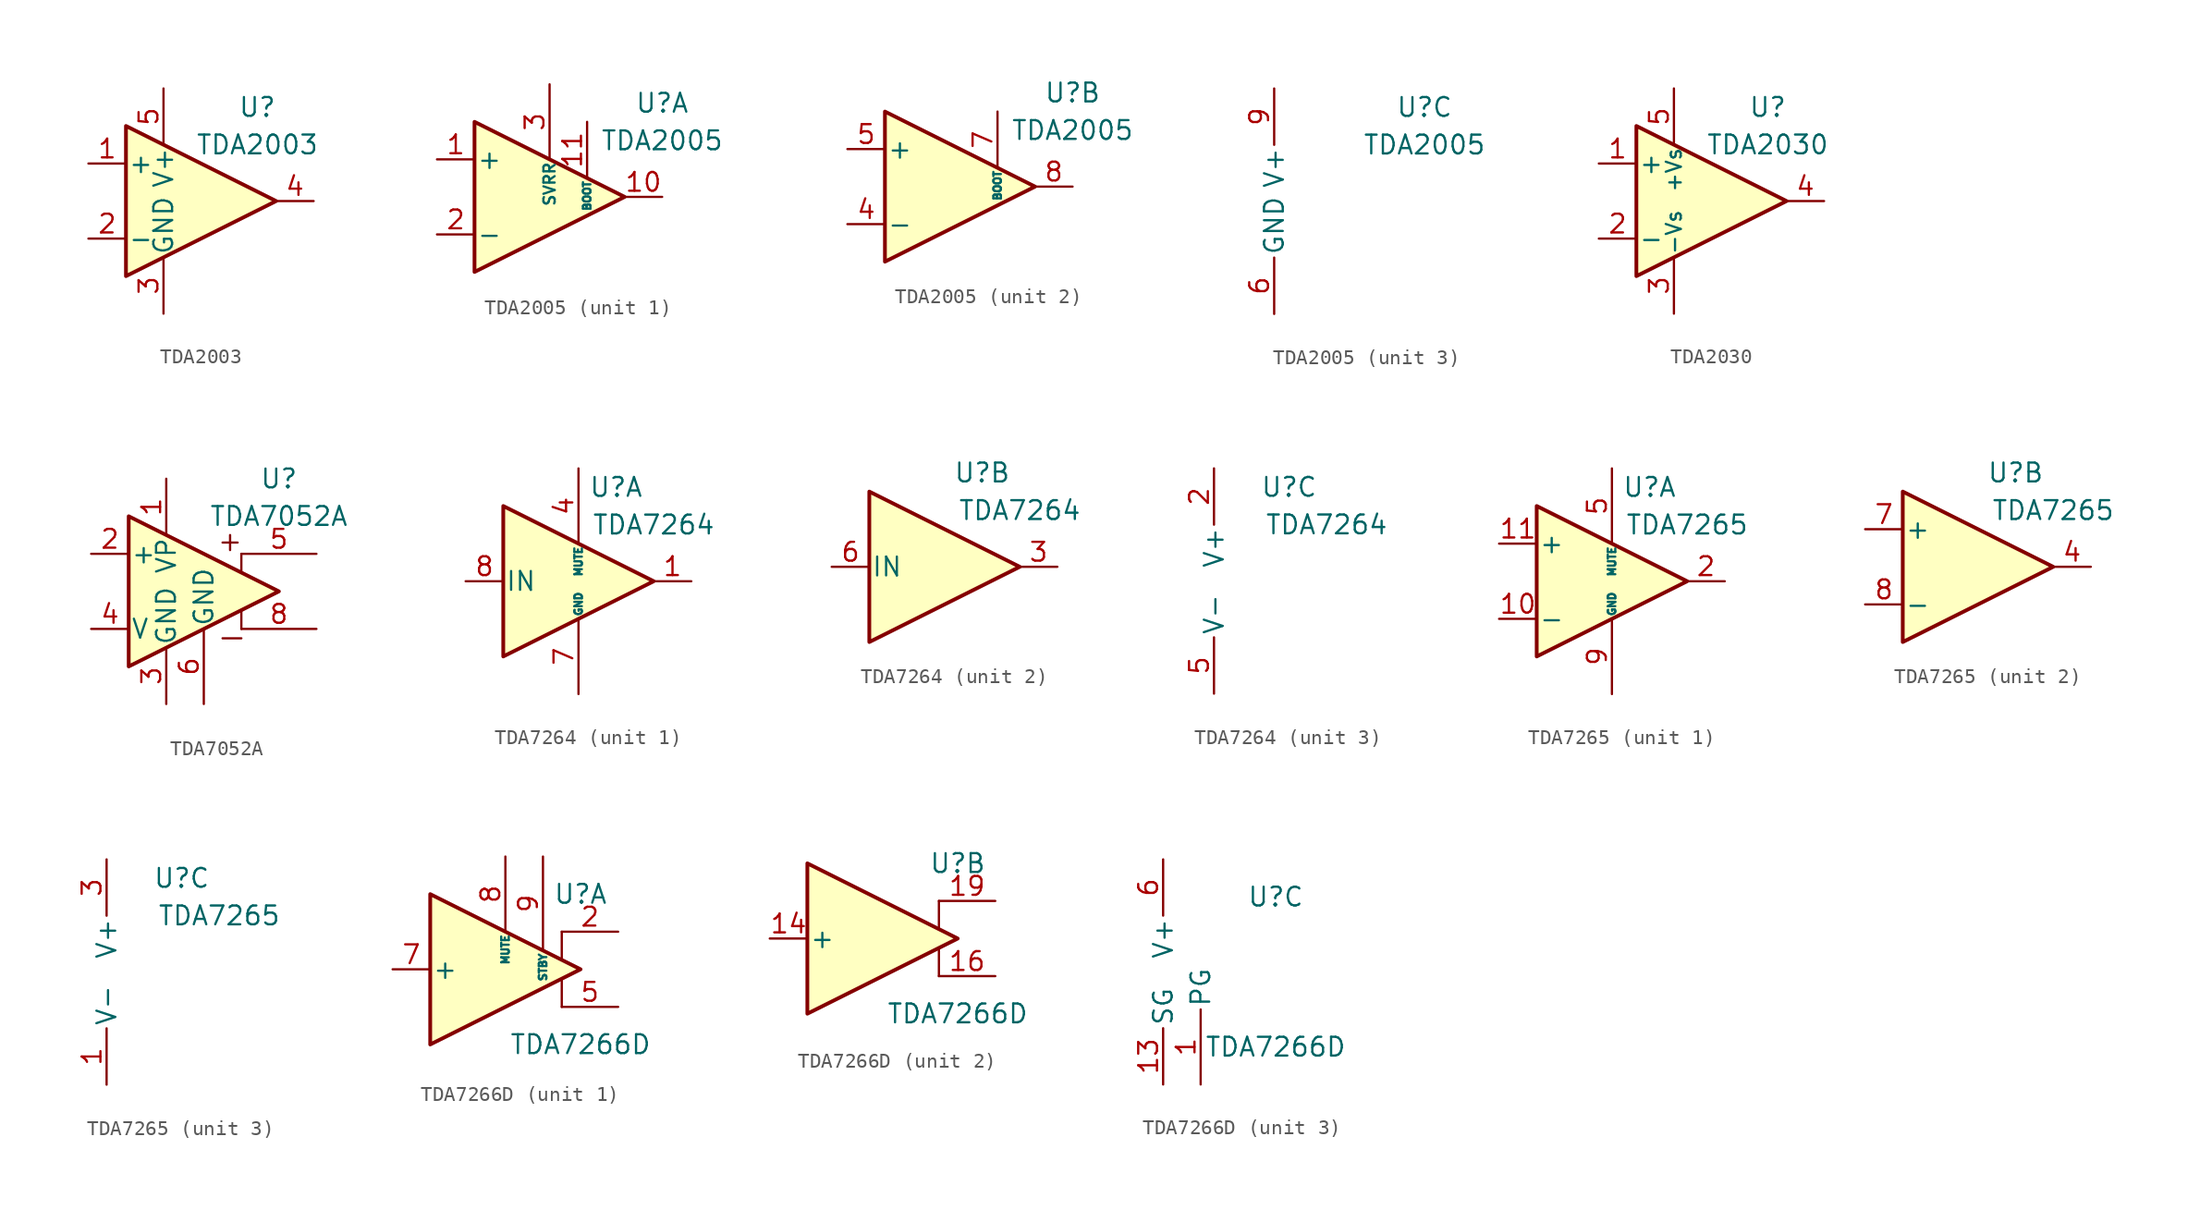
<source format=kicad_sym>
(kicad_symbol_lib
  (version 20241209)
  (generator "kicad_symbol_editor")
  (generator_version "9.0")
  (symbol "TDA2003"
    (pin_names
      (offset 0.127))
    (property "Reference" "U"
      (at 3.81 6.35 0)
      (effects (font (size 1.27 1.27))))
    (property "Value" "TDA2003"
      (at 3.81 3.81 0)
      (effects (font (size 1.27 1.27))))
    (symbol "TDA2003_0_1"
      (polyline (pts (xy -5.08 5.08) (xy 5.08 0) (xy -5.08 -5.08) (xy -5.08 5.08)) (stroke (width 0.254) (type solid)) (fill (type background))))
    (symbol "TDA2003_1_1"
      (pin input line (at -7.62 2.54 0) (length 2.54) (name "+" (effects (font (size 1.27 1.27)))) (number "1" (effects (font (size 1.27 1.27)))))
      (pin input line (at -7.62 -2.54 0) (length 2.54) (name "-" (effects (font (size 1.27 1.27)))) (number "2" (effects (font (size 1.27 1.27)))))
      (pin power_in line (at -2.54 7.62 270) (length 3.81) (name "V+" (effects (font (size 1.27 1.27)))) (number "5" (effects (font (size 1.27 1.27)))))
      (pin power_in line (at -2.54 -7.62 90) (length 3.81) (name "GND" (effects (font (size 1.27 1.27)))) (number "3" (effects (font (size 1.27 1.27)))))
      (pin output line (at 7.62 0 180) (length 2.54) (name "~" (effects (font (size 1.27 1.27)))) (number "4" (effects (font (size 1.27 1.27)))))))
  (symbol "TDA2005"
    (pin_names
      (offset 0.127))
    (property "Reference" "U"
      (at 7.62 6.35 0)
      (effects (font (size 1.27 1.27))))
    (property "Value" "TDA2005"
      (at 7.62 3.81 0)
      (effects (font (size 1.27 1.27))))
    (property "ki_locked" ""
      (at 0 0 0)
      (effects (font (size 1.27 1.27))))
    (symbol "TDA2005_1_1"
      (polyline (pts (xy -5.08 5.08) (xy 5.08 0) (xy -5.08 -5.08) (xy -5.08 5.08)) (stroke (width 0.254) (type solid)) (fill (type background)))
      (pin input line (at -7.62 2.54 0) (length 2.54) (name "+" (effects (font (size 1.27 1.27)))) (number "1" (effects (font (size 1.27 1.27)))))
      (pin input line (at -7.62 -2.54 0) (length 2.54) (name "-" (effects (font (size 1.27 1.27)))) (number "2" (effects (font (size 1.27 1.27)))))
      (pin passive line (at 0 7.62 270) (length 5.08) (name "SVRR" (effects (font (size 0.762 0.762)))) (number "3" (effects (font (size 1.27 1.27)))))
      (pin passive line (at 2.54 5.08 270) (length 3.81) (name "BOOT" (effects (font (size 0.508 0.508)))) (number "11" (effects (font (size 1.27 1.27)))))
      (pin output line (at 7.62 0 180) (length 2.54) (name "~" (effects (font (size 1.27 1.27)))) (number "10" (effects (font (size 1.27 1.27))))))
    (symbol "TDA2005_2_1"
      (polyline (pts (xy -5.08 5.08) (xy 5.08 0) (xy -5.08 -5.08) (xy -5.08 5.08)) (stroke (width 0.254) (type solid)) (fill (type background)))
      (pin input line (at -7.62 2.54 0) (length 2.54) (name "+" (effects (font (size 1.27 1.27)))) (number "5" (effects (font (size 1.27 1.27)))))
      (pin input line (at -7.62 -2.54 0) (length 2.54) (name "-" (effects (font (size 1.27 1.27)))) (number "4" (effects (font (size 1.27 1.27)))))
      (pin passive line (at 2.54 5.08 270) (length 3.81) (name "BOOT" (effects (font (size 0.508 0.508)))) (number "7" (effects (font (size 1.27 1.27)))))
      (pin output line (at 7.62 0 180) (length 2.54) (name "~" (effects (font (size 1.27 1.27)))) (number "8" (effects (font (size 1.27 1.27))))))
    (symbol "TDA2005_3_1"
      (pin power_in line (at -2.54 7.62 270) (length 3.81) (name "V+" (effects (font (size 1.27 1.27)))) (number "9" (effects (font (size 1.27 1.27)))))
      (pin power_in line (at -2.54 -7.62 90) (length 3.81) (name "GND" (effects (font (size 1.27 1.27)))) (number "6" (effects (font (size 1.27 1.27)))))))
  (symbol "TDA2030"
    (pin_names
      (offset 0.127))
    (property "Reference" "U"
      (at 3.81 6.35 0)
      (effects (font (size 1.27 1.27))))
    (property "Value" "TDA2030"
      (at 3.81 3.81 0)
      (effects (font (size 1.27 1.27))))
    (symbol "TDA2030_0_1"
      (polyline (pts (xy -5.08 5.08) (xy 5.08 0) (xy -5.08 -5.08) (xy -5.08 5.08)) (stroke (width 0.254) (type solid)) (fill (type background))))
    (symbol "TDA2030_1_1"
      (pin input line (at -7.62 2.54 0) (length 2.54) (name "+" (effects (font (size 1.27 1.27)))) (number "1" (effects (font (size 1.27 1.27)))))
      (pin input line (at -7.62 -2.54 0) (length 2.54) (name "-" (effects (font (size 1.27 1.27)))) (number "2" (effects (font (size 1.27 1.27)))))
      (pin power_in line (at -2.54 7.62 270) (length 3.81) (name "+Vs" (effects (font (size 1.016 1.016)))) (number "5" (effects (font (size 1.27 1.27)))))
      (pin power_in line (at -2.54 -7.62 90) (length 3.81) (name "-Vs" (effects (font (size 1.016 1.016)))) (number "3" (effects (font (size 1.27 1.27)))))
      (pin output line (at 7.62 0 180) (length 2.54) (name "~" (effects (font (size 1.27 1.27)))) (number "4" (effects (font (size 1.27 1.27)))))))
  (symbol "TDA7052A"
    (pin_names
      (offset 0.127))
    (property "Reference" "U"
      (at 5.08 7.62 0)
      (effects (font (size 1.27 1.27))))
    (property "Value" "TDA7052A"
      (at 5.08 5.08 0)
      (effects (font (size 1.27 1.27))))
    (symbol "TDA7052A_0_1"
      (polyline (pts (xy 1.27 -3.175) (xy 2.54 -3.175)) (stroke (width 0) (type solid)) (fill (type none)))
      (polyline (pts (xy 2.54 2.54) (xy 2.54 1.27)) (stroke (width 0) (type solid)) (fill (type none)))
      (polyline (pts (xy 2.54 -1.27) (xy 2.54 -2.54)) (stroke (width 0) (type solid)) (fill (type none)))
      (polyline (pts (xy 5.08 0) (xy -5.08 5.08) (xy -5.08 -5.08) (xy 5.08 0)) (stroke (width 0.254) (type solid)) (fill (type background))))
    (symbol "TDA7052A_1_1"
      (polyline (pts (xy 1.778 3.81) (xy 1.778 2.794)) (stroke (width 0) (type solid)) (fill (type none)))
      (polyline (pts (xy 2.286 3.302) (xy 1.27 3.302)) (stroke (width 0) (type solid)) (fill (type none)))
      (pin input line (at -7.62 2.54 0) (length 2.54) (name "+" (effects (font (size 1.27 1.27)))) (number "2" (effects (font (size 1.27 1.27)))))
      (pin input line (at -7.62 -2.54 0) (length 2.54) (name "V" (effects (font (size 1.27 1.27)))) (number "4" (effects (font (size 1.27 1.27)))))
      (pin power_in line (at -2.54 7.62 270) (length 3.81) (name "VP" (effects (font (size 1.27 1.27)))) (number "1" (effects (font (size 1.27 1.27)))))
      (pin power_in line (at -2.54 -7.62 90) (length 3.81) (name "GND" (effects (font (size 1.27 1.27)))) (number "3" (effects (font (size 1.27 1.27)))))
      (pin no_connect line (at 0 2.54 270) (length 2.54) (hide yes) (name "NC" (effects (font (size 1.27 1.27)))) (number "7" (effects (font (size 1.27 1.27)))))
      (pin power_in line (at 0 -7.62 90) (length 5.08) (name "GND" (effects (font (size 1.27 1.27)))) (number "6" (effects (font (size 1.27 1.27)))))
      (pin output line (at 7.62 2.54 180) (length 5.08) (name "~" (effects (font (size 1.27 1.27)))) (number "5" (effects (font (size 1.27 1.27)))))
      (pin output line (at 7.62 -2.54 180) (length 5.08) (name "~" (effects (font (size 1.27 1.27)))) (number "8" (effects (font (size 1.27 1.27)))))))
  (symbol "TDA7264"
    (pin_names
      (offset 0.127))
    (property "Reference" "U"
      (at 2.54 6.35 0)
      (effects (font (size 1.27 1.27))))
    (property "Value" "TDA7264"
      (at 5.08 3.81 0)
      (effects (font (size 1.27 1.27))))
    (property "ki_locked" ""
      (at 0 0 0)
      (effects (font (size 1.27 1.27))))
    (symbol "TDA7264_1_1"
      (polyline (pts (xy 5.08 0) (xy -5.08 5.08) (xy -5.08 -5.08) (xy 5.08 0)) (stroke (width 0.254) (type solid)) (fill (type background)))
      (pin input line (at -7.62 0 0) (length 2.54) (name "IN" (effects (font (size 1.27 1.27)))) (number "8" (effects (font (size 1.27 1.27)))))
      (pin input line (at 0 7.62 270) (length 5.08) (name "MUTE" (effects (font (size 0.508 0.508)))) (number "4" (effects (font (size 1.27 1.27)))))
      (pin power_in line (at 0 -7.62 90) (length 5.08) (name "GND" (effects (font (size 0.508 0.508)))) (number "7" (effects (font (size 1.27 1.27)))))
      (pin output line (at 7.62 0 180) (length 2.54) (name "~" (effects (font (size 1.27 1.27)))) (number "1" (effects (font (size 1.27 1.27))))))
    (symbol "TDA7264_2_1"
      (polyline (pts (xy 5.08 0) (xy -5.08 5.08) (xy -5.08 -5.08) (xy 5.08 0)) (stroke (width 0.254) (type solid)) (fill (type background)))
      (pin input line (at -7.62 0 0) (length 2.54) (name "IN" (effects (font (size 1.27 1.27)))) (number "6" (effects (font (size 1.27 1.27)))))
      (pin output line (at 7.62 0 180) (length 2.54) (name "~" (effects (font (size 1.27 1.27)))) (number "3" (effects (font (size 1.27 1.27))))))
    (symbol "TDA7264_3_1"
      (pin power_in line (at -2.54 7.62 270) (length 3.81) (name "V+" (effects (font (size 1.27 1.27)))) (number "2" (effects (font (size 1.27 1.27)))))
      (pin power_in line (at -2.54 -7.62 90) (length 3.81) (name "V-" (effects (font (size 1.27 1.27)))) (number "5" (effects (font (size 1.27 1.27)))))))
  (symbol "TDA7265"
    (pin_names
      (offset 0.127))
    (property "Reference" "U"
      (at 2.54 6.35 0)
      (effects (font (size 1.27 1.27))))
    (property "Value" "TDA7265"
      (at 5.08 3.81 0)
      (effects (font (size 1.27 1.27))))
    (property "ki_locked" ""
      (at 0 0 0)
      (effects (font (size 1.27 1.27))))
    (symbol "TDA7265_1_1"
      (polyline (pts (xy 5.08 0) (xy -5.08 5.08) (xy -5.08 -5.08) (xy 5.08 0)) (stroke (width 0.254) (type solid)) (fill (type background)))
      (pin input line (at -7.62 2.54 0) (length 2.54) (name "+" (effects (font (size 1.27 1.27)))) (number "11" (effects (font (size 1.27 1.27)))))
      (pin input line (at -7.62 -2.54 0) (length 2.54) (name "-" (effects (font (size 1.27 1.27)))) (number "10" (effects (font (size 1.27 1.27)))))
      (pin input line (at 0 7.62 270) (length 5.08) (name "MUTE" (effects (font (size 0.508 0.508)))) (number "5" (effects (font (size 1.27 1.27)))))
      (pin power_in line (at 0 -7.62 90) (length 5.08) (name "GND" (effects (font (size 0.508 0.508)))) (number "9" (effects (font (size 1.27 1.27)))))
      (pin output line (at 7.62 0 180) (length 2.54) (name "~" (effects (font (size 1.27 1.27)))) (number "2" (effects (font (size 1.27 1.27))))))
    (symbol "TDA7265_2_1"
      (polyline (pts (xy 5.08 0) (xy -5.08 5.08) (xy -5.08 -5.08) (xy 5.08 0)) (stroke (width 0.254) (type solid)) (fill (type background)))
      (pin input line (at -7.62 2.54 0) (length 2.54) (name "+" (effects (font (size 1.27 1.27)))) (number "7" (effects (font (size 1.27 1.27)))))
      (pin input line (at -7.62 -2.54 0) (length 2.54) (name "-" (effects (font (size 1.27 1.27)))) (number "8" (effects (font (size 1.27 1.27)))))
      (pin output line (at 7.62 0 180) (length 2.54) (name "~" (effects (font (size 1.27 1.27)))) (number "4" (effects (font (size 1.27 1.27))))))
    (symbol "TDA7265_3_1"
      (pin power_in line (at -2.54 7.62 270) (length 3.81) (name "V+" (effects (font (size 1.27 1.27)))) (number "3" (effects (font (size 1.27 1.27)))))
      (pin power_in line (at -2.54 -7.62 90) (length 3.81) (name "V-" (effects (font (size 1.27 1.27)))) (number "1" (effects (font (size 1.27 1.27)))))
      (pin passive line (at -2.54 -7.62 90) (length 3.81) (hide yes) (name "V-" (effects (font (size 1.27 1.27)))) (number "6" (effects (font (size 1.27 1.27)))))))
  (symbol "TDA7266D"
    (pin_names
      (offset 0.127))
    (property "Reference" "U"
      (at 5.08 5.08 0)
      (effects (font (size 1.27 1.27))))
    (property "Value" "TDA7266D"
      (at 5.08 -5.08 0)
      (effects (font (size 1.27 1.27))))
    (property "ki_locked" ""
      (at 0 0 0)
      (effects (font (size 1.27 1.27))))
    (symbol "TDA7266D_1_1"
      (polyline (pts (xy 3.81 2.54) (xy 3.81 0.635)) (stroke (width 0) (type solid)) (fill (type none)))
      (polyline (pts (xy 3.81 -0.635) (xy 3.81 -2.54)) (stroke (width 0) (type solid)) (fill (type none)))
      (polyline (pts (xy 5.08 0) (xy -5.08 5.08) (xy -5.08 -5.08) (xy 5.08 0)) (stroke (width 0.254) (type solid)) (fill (type background)))
      (pin input line (at -7.62 0 0) (length 2.54) (name "+" (effects (font (size 1.27 1.27)))) (number "7" (effects (font (size 1.27 1.27)))))
      (pin no_connect line (at -2.54 2.54 270) (length 2.54) (hide yes) (name "NC" (effects (font (size 1.27 1.27)))) (number "3" (effects (font (size 1.27 1.27)))))
      (pin no_connect line (at -2.54 -2.54 90) (length 2.54) (hide yes) (name "NC" (effects (font (size 1.27 1.27)))) (number "17" (effects (font (size 1.27 1.27)))))
      (pin input line (at 0 7.62 270) (length 5.08) (name "MUTE" (effects (font (size 0.508 0.508)))) (number "8" (effects (font (size 1.27 1.27)))))
      (pin no_connect line (at 0 2.54 270) (length 2.54) (hide yes) (name "NC" (effects (font (size 1.27 1.27)))) (number "4" (effects (font (size 1.27 1.27)))))
      (pin no_connect line (at 0 -2.54 90) (length 2.54) (hide yes) (name "NC" (effects (font (size 1.27 1.27)))) (number "18" (effects (font (size 1.27 1.27)))))
      (pin input line (at 2.54 7.62 270) (length 6.35) (name "STBY" (effects (font (size 0.508 0.508)))) (number "9" (effects (font (size 1.27 1.27)))))
      (pin no_connect line (at 2.54 2.54 270) (length 2.54) (hide yes) (name "NC" (effects (font (size 1.27 1.27)))) (number "12" (effects (font (size 1.27 1.27)))))
      (pin output line (at 7.62 2.54 180) (length 3.81) (name "~" (effects (font (size 1.27 1.27)))) (number "2" (effects (font (size 1.27 1.27)))))
      (pin output line (at 7.62 -2.54 180) (length 3.81) (name "~" (effects (font (size 1.27 1.27)))) (number "5" (effects (font (size 1.27 1.27))))))
    (symbol "TDA7266D_2_1"
      (polyline (pts (xy 3.81 2.54) (xy 3.81 0.635)) (stroke (width 0) (type solid)) (fill (type none)))
      (polyline (pts (xy 3.81 -0.635) (xy 3.81 -2.54)) (stroke (width 0) (type solid)) (fill (type none)))
      (polyline (pts (xy 5.08 0) (xy -5.08 5.08) (xy -5.08 -5.08) (xy 5.08 0)) (stroke (width 0.254) (type solid)) (fill (type background)))
      (pin input line (at -7.62 0 0) (length 2.54) (name "+" (effects (font (size 1.27 1.27)))) (number "14" (effects (font (size 1.27 1.27)))))
      (pin output line (at 7.62 2.54 180) (length 3.81) (name "~" (effects (font (size 1.27 1.27)))) (number "19" (effects (font (size 1.27 1.27)))))
      (pin output line (at 7.62 -2.54 180) (length 3.81) (name "~" (effects (font (size 1.27 1.27)))) (number "16" (effects (font (size 1.27 1.27))))))
    (symbol "TDA7266D_3_1"
      (pin passive line (at -2.54 7.62 270) (length 3.81) (hide yes) (name "V+" (effects (font (size 1.27 1.27)))) (number "15" (effects (font (size 1.27 1.27)))))
      (pin power_in line (at -2.54 7.62 270) (length 3.81) (name "V+" (effects (font (size 1.27 1.27)))) (number "6" (effects (font (size 1.27 1.27)))))
      (pin power_in line (at -2.54 -7.62 90) (length 3.81) (name "SG" (effects (font (size 1.27 1.27)))) (number "13" (effects (font (size 1.27 1.27)))))
      (pin power_in line (at 0 -7.62 90) (length 5.08) (name "PG" (effects (font (size 1.27 1.27)))) (number "1" (effects (font (size 1.27 1.27)))))
      (pin passive line (at 0 -7.62 90) (length 5.08) (hide yes) (name "PG" (effects (font (size 1.27 1.27)))) (number "10" (effects (font (size 1.27 1.27)))))
      (pin passive line (at 0 -7.62 90) (length 5.08) (hide yes) (name "PG" (effects (font (size 1.27 1.27)))) (number "11" (effects (font (size 1.27 1.27)))))
      (pin passive line (at 0 -7.62 90) (length 5.08) (hide yes) (name "PG" (effects (font (size 1.27 1.27)))) (number "20" (effects (font (size 1.27 1.27))))))))
</source>
